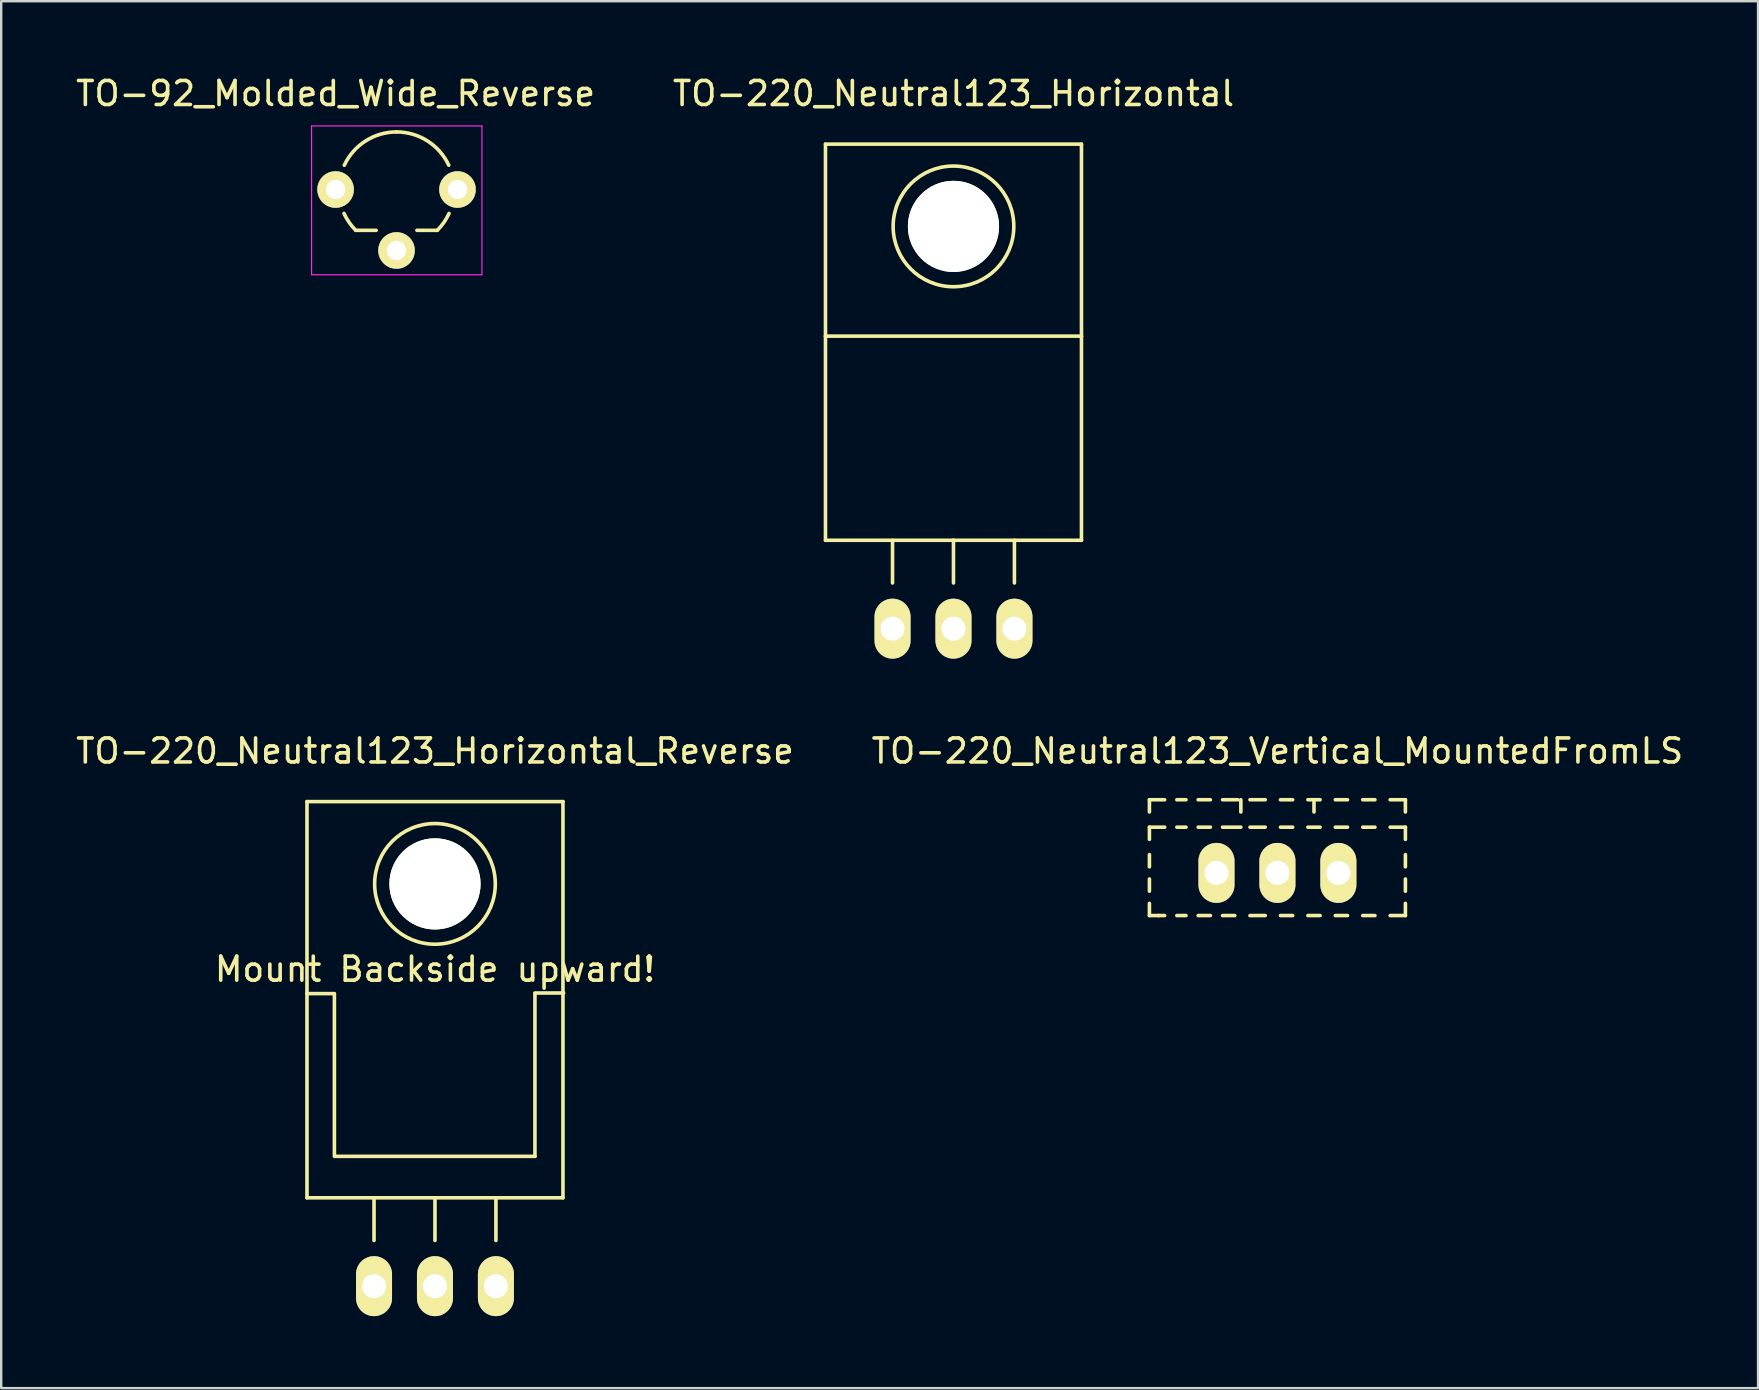
<source format=kicad_pcb>
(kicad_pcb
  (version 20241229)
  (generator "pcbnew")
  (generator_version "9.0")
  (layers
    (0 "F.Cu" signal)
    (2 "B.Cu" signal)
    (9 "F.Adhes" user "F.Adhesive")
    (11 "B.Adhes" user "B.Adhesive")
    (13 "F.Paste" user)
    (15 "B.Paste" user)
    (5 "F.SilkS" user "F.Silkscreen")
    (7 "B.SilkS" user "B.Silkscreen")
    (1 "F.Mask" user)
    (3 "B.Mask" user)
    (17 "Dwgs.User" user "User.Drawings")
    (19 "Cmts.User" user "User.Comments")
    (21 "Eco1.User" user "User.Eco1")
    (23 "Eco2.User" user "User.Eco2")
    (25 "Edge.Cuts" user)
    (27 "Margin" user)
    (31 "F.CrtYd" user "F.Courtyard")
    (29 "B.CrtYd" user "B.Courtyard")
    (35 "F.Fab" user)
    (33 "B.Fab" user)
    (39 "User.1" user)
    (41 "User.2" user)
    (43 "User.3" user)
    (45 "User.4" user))
  (footprint "TO-220_Neutral123_Horizontal_Reverse"
    (layer "F.Cu")
    (at 15.077 50.549)
    (property "Reference" "TO-220_Neutral123_Horizontal_Reverse" (at 0 -22.301 0) (layer "F.SilkS") (effects (font (size 1 1) (thickness 0.15))))
    (attr through_hole)
    (fp_line (start -5.334 -20.193) (end -5.334 -12.192) (stroke (width 0.15) (type solid)) (layer "F.SilkS"))
    (fp_line (start -5.334 -12.192) (end -5.334 -3.683) (stroke (width 0.15) (type solid)) (layer "F.SilkS"))
    (fp_line (start -4.191 -12.192) (end -5.334 -12.192) (stroke (width 0.15) (type solid)) (layer "F.SilkS"))
    (fp_line (start -4.191 -5.41) (end -4.191 -12.167) (stroke (width 0.15) (type solid)) (layer "F.SilkS"))
    (fp_line (start -2.54 -3.683) (end -2.54 -1.905) (stroke (width 0.15) (type solid)) (layer "F.SilkS"))
    (fp_line (start 0 -3.683) (end -5.334 -3.683) (stroke (width 0.15) (type solid)) (layer "F.SilkS"))
    (fp_line (start 0 -3.683) (end 0 -1.905) (stroke (width 0.15) (type solid)) (layer "F.SilkS"))
    (fp_line (start 0 -3.683) (end 5.334 -3.683) (stroke (width 0.15) (type solid)) (layer "F.SilkS"))
    (fp_line (start 2.54 -3.683) (end 2.54 -1.905) (stroke (width 0.15) (type solid)) (layer "F.SilkS"))
    (fp_line (start 4.166 -12.217) (end 5.359 -12.217) (stroke (width 0.15) (type solid)) (layer "F.SilkS"))
    (fp_line (start 4.166 -12.192) (end 4.166 -5.41) (stroke (width 0.15) (type solid)) (layer "F.SilkS"))
    (fp_line (start 4.166 -5.41) (end -4.166 -5.41) (stroke (width 0.15) (type solid)) (layer "F.SilkS"))
    (fp_line (start 5.334 -20.193) (end -5.334 -20.193) (stroke (width 0.15) (type solid)) (layer "F.SilkS"))
    (fp_line (start 5.334 -12.192) (end 5.334 -20.193) (stroke (width 0.15) (type solid)) (layer "F.SilkS"))
    (fp_line (start 5.334 -3.683) (end 5.334 -12.192) (stroke (width 0.15) (type solid)) (layer "F.SilkS"))
    (fp_circle (center 0 -16.764) (end 1.778 -14.986) (stroke (width 0.15) (type solid)) (fill no) (layer "F.SilkS"))
    (fp_text user "Mount Backside upward!" (at 0 -13.208 0) (layer "F.SilkS") (effects (font (size 1 1) (thickness 0.15))))
    (pad "" np_thru_hole circle (at 0 -16.764 90) (size 3.8 3.8) (drill 3.8) (layers "*.Cu" "*.Mask" "F.SilkS"))
    (pad "1" thru_hole oval (at 2.54 0 90) (size 2.499 1.501) (drill 1.001) (layers "*.Cu" "*.Mask" "F.SilkS"))
    (pad "2" thru_hole oval (at 0 0 90) (size 2.499 1.501) (drill 1.001) (layers "*.Cu" "*.Mask" "F.SilkS"))
    (pad "3" thru_hole oval (at -2.54 0 90) (size 2.499 1.501) (drill 1.001) (layers "*.Cu" "*.Mask" "F.SilkS")))
  (footprint "TO-92_Molded_Wide_Reverse"
    (layer "F.Cu")
    (at 10.935 4.848)
    (property "Reference" "TO-92_Molded_Wide_Reverse" (at 0 -4 0) (layer "F.SilkS") (effects (font (size 1 1) (thickness 0.15))))
    (attr through_hole)
    (fp_line (start 0.84 1.7) (end 1.69 1.7) (stroke (width 0.15) (type solid)) (layer "F.SilkS"))
    (fp_line (start 3.39 1.7) (end 4.24 1.7) (stroke (width 0.15) (type solid)) (layer "F.SilkS"))
    (fp_arc (start 0.363869 -1.012153) (mid 1.24949 -2.023508) (end 2.54 -2.4) (stroke (width 0.15) (type solid)) (layer "F.SilkS"))
    (fp_arc (start 0.84 1.7) (mid 0.564627 1.370365) (end 0.352305 0.99699) (stroke (width 0.15) (type solid)) (layer "F.SilkS"))
    (fp_arc (start 2.54 -2.4) (mid 3.83051 -2.023508) (end 4.716131 -1.012153) (stroke (width 0.15) (type solid)) (layer "F.SilkS"))
    (fp_arc (start 4.727695 0.99699) (mid 4.515373 1.370365) (end 4.24 1.7) (stroke (width 0.15) (type solid)) (layer "F.SilkS"))
    (fp_line (start -1 -2.65) (end 6.1 -2.65) (stroke (width 0.05) (type solid)) (layer "F.CrtYd"))
    (fp_line (start -1 3.55) (end -1 -2.65) (stroke (width 0.05) (type solid)) (layer "F.CrtYd"))
    (fp_line (start -1 3.55) (end 6.1 3.55) (stroke (width 0.05) (type solid)) (layer "F.CrtYd"))
    (fp_line (start 6.1 3.55) (end 6.1 -2.65) (stroke (width 0.05) (type solid)) (layer "F.CrtYd"))
    (pad "1" thru_hole circle (at 0 0 90) (size 1.524 1.524) (drill 0.8) (layers "*.Cu" "*.Mask" "F.SilkS"))
    (pad "2" thru_hole circle (at 2.54 2.54 90) (size 1.524 1.524) (drill 0.8) (layers "*.Cu" "*.Mask" "F.SilkS"))
    (pad "3" thru_hole circle (at 5.08 0 90) (size 1.524 1.524) (drill 0.8) (layers "*.Cu" "*.Mask" "F.SilkS")))
  (footprint "TO-220_Neutral123_Horizontal"
    (layer "F.Cu")
    (at 36.685 23.149)
    (property "Reference" "TO-220_Neutral123_Horizontal" (at 0 -22.301 0) (layer "F.SilkS") (effects (font (size 1 1) (thickness 0.15))))
    (attr through_hole)
    (fp_line (start -5.334 -20.193) (end -5.334 -12.192) (stroke (width 0.15) (type solid)) (layer "F.SilkS"))
    (fp_line (start -5.334 -12.192) (end -5.334 -3.683) (stroke (width 0.15) (type solid)) (layer "F.SilkS"))
    (fp_line (start -2.54 -3.683) (end -2.54 -1.905) (stroke (width 0.15) (type solid)) (layer "F.SilkS"))
    (fp_line (start 0 -3.683) (end -5.334 -3.683) (stroke (width 0.15) (type solid)) (layer "F.SilkS"))
    (fp_line (start 0 -3.683) (end 0 -1.905) (stroke (width 0.15) (type solid)) (layer "F.SilkS"))
    (fp_line (start 0 -3.683) (end 5.334 -3.683) (stroke (width 0.15) (type solid)) (layer "F.SilkS"))
    (fp_line (start 2.54 -3.683) (end 2.54 -1.905) (stroke (width 0.15) (type solid)) (layer "F.SilkS"))
    (fp_line (start 5.334 -20.193) (end -5.334 -20.193) (stroke (width 0.15) (type solid)) (layer "F.SilkS"))
    (fp_line (start 5.334 -12.192) (end -5.334 -12.192) (stroke (width 0.15) (type solid)) (layer "F.SilkS"))
    (fp_line (start 5.334 -12.192) (end 5.334 -20.193) (stroke (width 0.15) (type solid)) (layer "F.SilkS"))
    (fp_line (start 5.334 -3.683) (end 5.334 -12.192) (stroke (width 0.15) (type solid)) (layer "F.SilkS"))
    (fp_circle (center 0 -16.764) (end 1.778 -14.986) (stroke (width 0.15) (type solid)) (fill no) (layer "F.SilkS"))
    (pad "" np_thru_hole circle (at 0 -16.764 90) (size 3.8 3.8) (drill 3.8) (layers "*.Cu" "*.Mask" "F.SilkS"))
    (pad "1" thru_hole oval (at -2.54 0 90) (size 2.499 1.501) (drill 1.001) (layers "*.Cu" "*.Mask" "F.SilkS"))
    (pad "2" thru_hole oval (at 0 0 90) (size 2.499 1.501) (drill 1.001) (layers "*.Cu" "*.Mask" "F.SilkS"))
    (pad "3" thru_hole oval (at 2.54 0 90) (size 2.499 1.501) (drill 1.001) (layers "*.Cu" "*.Mask" "F.SilkS")))
  (footprint "TO-220_Neutral123_Vertical_MountedFromLS"
    (layer "F.Cu")
    (at 50.185 33.327)
    (property "Reference" "TO-220_Neutral123_Vertical_MountedFromLS" (at 0 -5.08 0) (layer "F.SilkS") (effects (font (size 1 1) (thickness 0.15))))
    (attr through_hole)
    (fp_line (start -5.334 -3.048) (end -4.699 -3.048) (stroke (width 0.15) (type solid)) (layer "F.SilkS"))
    (fp_line (start -5.334 -2.54) (end -5.334 -3.048) (stroke (width 0.15) (type solid)) (layer "F.SilkS"))
    (fp_line (start -5.334 -1.397) (end -5.334 -1.905) (stroke (width 0.15) (type solid)) (layer "F.SilkS"))
    (fp_line (start -5.334 -0.254) (end -5.334 -0.762) (stroke (width 0.15) (type solid)) (layer "F.SilkS"))
    (fp_line (start -5.334 0.762) (end -5.334 0.254) (stroke (width 0.15) (type solid)) (layer "F.SilkS"))
    (fp_line (start -5.334 1.778) (end -5.334 1.27) (stroke (width 0.15) (type solid)) (layer "F.SilkS"))
    (fp_line (start -5.334 1.778) (end -4.953 1.778) (stroke (width 0.15) (type solid)) (layer "F.SilkS"))
    (fp_line (start -4.953 1.778) (end -4.699 1.778) (stroke (width 0.15) (type solid)) (layer "F.SilkS"))
    (fp_line (start -4.699 -1.905) (end -5.334 -1.905) (stroke (width 0.15) (type solid)) (layer "F.SilkS"))
    (fp_line (start -4.191 -3.048) (end -3.81 -3.048) (stroke (width 0.15) (type solid)) (layer "F.SilkS"))
    (fp_line (start -4.191 1.778) (end -3.81 1.778) (stroke (width 0.15) (type solid)) (layer "F.SilkS"))
    (fp_line (start -3.81 -1.905) (end -4.191 -1.905) (stroke (width 0.15) (type solid)) (layer "F.SilkS"))
    (fp_line (start -3.302 -3.048) (end -2.794 -3.048) (stroke (width 0.15) (type solid)) (layer "F.SilkS"))
    (fp_line (start -3.302 1.778) (end -2.794 1.778) (stroke (width 0.15) (type solid)) (layer "F.SilkS"))
    (fp_line (start -2.794 -1.905) (end -3.302 -1.905) (stroke (width 0.15) (type solid)) (layer "F.SilkS"))
    (fp_line (start -2.286 -3.048) (end -1.651 -3.048) (stroke (width 0.15) (type solid)) (layer "F.SilkS"))
    (fp_line (start -2.286 1.778) (end -1.778 1.778) (stroke (width 0.15) (type solid)) (layer "F.SilkS"))
    (fp_line (start -1.524 -3.048) (end -1.524 -2.54) (stroke (width 0.15) (type solid)) (layer "F.SilkS"))
    (fp_line (start -1.524 -1.905) (end -2.286 -1.905) (stroke (width 0.15) (type solid)) (layer "F.SilkS"))
    (fp_line (start -1.143 -3.048) (end -0.508 -3.048) (stroke (width 0.15) (type solid)) (layer "F.SilkS"))
    (fp_line (start -1.143 -1.905) (end -0.508 -1.905) (stroke (width 0.15) (type solid)) (layer "F.SilkS"))
    (fp_line (start -1.143 1.778) (end -0.508 1.778) (stroke (width 0.15) (type solid)) (layer "F.SilkS"))
    (fp_line (start 0.127 -3.048) (end 0.635 -3.048) (stroke (width 0.15) (type solid)) (layer "F.SilkS"))
    (fp_line (start 0.127 -1.905) (end 0.635 -1.905) (stroke (width 0.15) (type solid)) (layer "F.SilkS"))
    (fp_line (start 0.127 1.778) (end 0.635 1.778) (stroke (width 0.15) (type solid)) (layer "F.SilkS"))
    (fp_line (start 1.27 -3.048) (end 1.778 -3.048) (stroke (width 0.15) (type solid)) (layer "F.SilkS"))
    (fp_line (start 1.27 -1.905) (end 1.778 -1.905) (stroke (width 0.15) (type solid)) (layer "F.SilkS"))
    (fp_line (start 1.27 1.778) (end 1.778 1.778) (stroke (width 0.15) (type solid)) (layer "F.SilkS"))
    (fp_line (start 1.524 -3.048) (end 1.524 -2.54) (stroke (width 0.15) (type solid)) (layer "F.SilkS"))
    (fp_line (start 2.413 -3.048) (end 2.921 -3.048) (stroke (width 0.15) (type solid)) (layer "F.SilkS"))
    (fp_line (start 2.413 -1.905) (end 2.921 -1.905) (stroke (width 0.15) (type solid)) (layer "F.SilkS"))
    (fp_line (start 2.413 1.778) (end 2.921 1.778) (stroke (width 0.15) (type solid)) (layer "F.SilkS"))
    (fp_line (start 3.556 -3.048) (end 4.064 -3.048) (stroke (width 0.15) (type solid)) (layer "F.SilkS"))
    (fp_line (start 3.556 -1.905) (end 4.064 -1.905) (stroke (width 0.15) (type solid)) (layer "F.SilkS"))
    (fp_line (start 3.556 1.778) (end 4.064 1.778) (stroke (width 0.15) (type solid)) (layer "F.SilkS"))
    (fp_line (start 4.699 -3.048) (end 5.334 -3.048) (stroke (width 0.15) (type solid)) (layer "F.SilkS"))
    (fp_line (start 4.699 -1.905) (end 5.334 -1.905) (stroke (width 0.15) (type solid)) (layer "F.SilkS"))
    (fp_line (start 4.699 1.778) (end 5.334 1.778) (stroke (width 0.15) (type solid)) (layer "F.SilkS"))
    (fp_line (start 5.334 -3.048) (end 5.334 -2.54) (stroke (width 0.15) (type solid)) (layer "F.SilkS"))
    (fp_line (start 5.334 -1.905) (end 5.334 -1.397) (stroke (width 0.15) (type solid)) (layer "F.SilkS"))
    (fp_line (start 5.334 -0.762) (end 5.334 -0.254) (stroke (width 0.15) (type solid)) (layer "F.SilkS"))
    (fp_line (start 5.334 0.254) (end 5.334 0.762) (stroke (width 0.15) (type solid)) (layer "F.SilkS"))
    (fp_line (start 5.334 1.27) (end 5.334 1.778) (stroke (width 0.15) (type solid)) (layer "F.SilkS"))
    (pad "1" thru_hole oval (at 2.54 0 90) (size 2.499 1.501) (drill 1.001) (layers "*.Cu" "*.Mask" "F.SilkS"))
    (pad "2" thru_hole oval (at 0 0 90) (size 2.499 1.501) (drill 1.001) (layers "*.Cu" "*.Mask" "F.SilkS"))
    (pad "3" thru_hole oval (at -2.54 0 90) (size 2.499 1.501) (drill 1.001) (layers "*.Cu" "*.Mask" "F.SilkS")))
  (gr_rect
    (start -3 -3)
    (end 70.214 54.798)
    (stroke (width 0.1) (type default))
    (fill no)
    (layer "Edge.Cuts")))
</source>
